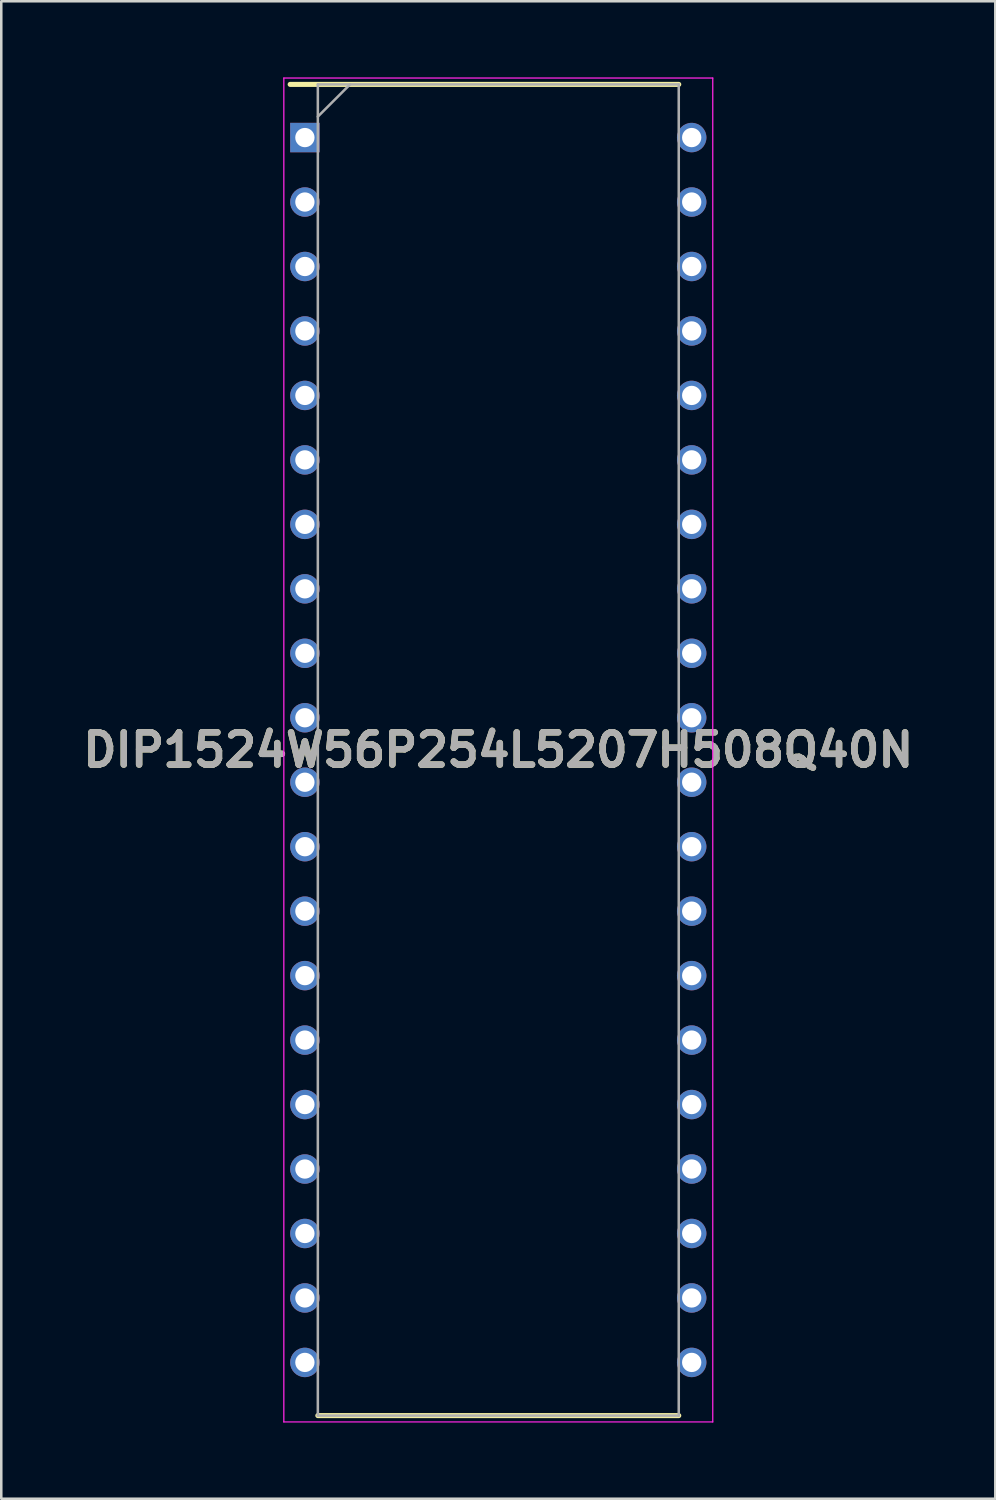
<source format=kicad_pcb>
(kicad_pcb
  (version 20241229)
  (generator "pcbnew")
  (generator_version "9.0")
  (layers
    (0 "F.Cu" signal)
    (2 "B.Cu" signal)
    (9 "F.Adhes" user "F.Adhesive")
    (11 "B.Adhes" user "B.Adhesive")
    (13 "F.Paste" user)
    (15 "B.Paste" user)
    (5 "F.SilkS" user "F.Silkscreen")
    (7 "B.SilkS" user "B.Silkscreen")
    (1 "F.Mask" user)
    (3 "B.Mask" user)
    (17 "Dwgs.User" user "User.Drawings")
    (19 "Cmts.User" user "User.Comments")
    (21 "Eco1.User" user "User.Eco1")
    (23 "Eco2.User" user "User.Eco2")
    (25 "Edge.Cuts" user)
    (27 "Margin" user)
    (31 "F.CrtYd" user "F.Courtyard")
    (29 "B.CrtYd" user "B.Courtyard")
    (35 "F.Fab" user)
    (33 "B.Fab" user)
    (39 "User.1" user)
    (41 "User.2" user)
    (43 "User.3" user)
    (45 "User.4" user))
  (footprint "DIP1524W56P254L5207H508Q40N"
    (layer "F.Cu")
    (at 16.583 26.5)
    (property "Reference" "DIP1524W56P254L5207H508Q40N" (at 0 0 0) (layer "F.SilkS") (effects (font (size 1.27 1.27) (thickness 0.254))))
    (attr through_hole)
    (fp_line (start -8.2 -26.225) (end 7.11 -26.225) (stroke (width 0.2) (type solid)) (layer "F.SilkS"))
    (fp_line (start -7.11 26.225) (end 7.11 26.225) (stroke (width 0.2) (type solid)) (layer "F.SilkS"))
    (fp_line (start -8.45 -26.475) (end 8.45 -26.475) (stroke (width 0.05) (type solid)) (layer "F.CrtYd"))
    (fp_line (start -8.45 26.475) (end -8.45 -26.475) (stroke (width 0.05) (type solid)) (layer "F.CrtYd"))
    (fp_line (start 8.45 -26.475) (end 8.45 26.475) (stroke (width 0.05) (type solid)) (layer "F.CrtYd"))
    (fp_line (start 8.45 26.475) (end -8.45 26.475) (stroke (width 0.05) (type solid)) (layer "F.CrtYd"))
    (fp_line (start -7.11 -26.225) (end 7.11 -26.225) (stroke (width 0.1) (type solid)) (layer "F.Fab"))
    (fp_line (start -7.11 -24.955) (end -5.84 -26.225) (stroke (width 0.1) (type solid)) (layer "F.Fab"))
    (fp_line (start -7.11 26.225) (end -7.11 -26.225) (stroke (width 0.1) (type solid)) (layer "F.Fab"))
    (fp_line (start 7.11 -26.225) (end 7.11 26.225) (stroke (width 0.1) (type solid)) (layer "F.Fab"))
    (fp_line (start 7.11 26.225) (end -7.11 26.225) (stroke (width 0.1) (type solid)) (layer "F.Fab"))
    (fp_text user "${REFERENCE}" (at 0 0 0) (layer "F.Fab") (effects (font (size 1.27 1.27) (thickness 0.254))))
    (pad "1" thru_hole rect (at -7.62 -24.13) (size 1.16 1.16) (drill 0.76) (layers "*.Cu" "*.Mask"))
    (pad "2" thru_hole circle (at -7.62 -21.59) (size 1.16 1.16) (drill 0.76) (layers "*.Cu" "*.Mask"))
    (pad "3" thru_hole circle (at -7.62 -19.05) (size 1.16 1.16) (drill 0.76) (layers "*.Cu" "*.Mask"))
    (pad "4" thru_hole circle (at -7.62 -16.51) (size 1.16 1.16) (drill 0.76) (layers "*.Cu" "*.Mask"))
    (pad "5" thru_hole circle (at -7.62 -13.97) (size 1.16 1.16) (drill 0.76) (layers "*.Cu" "*.Mask"))
    (pad "6" thru_hole circle (at -7.62 -11.43) (size 1.16 1.16) (drill 0.76) (layers "*.Cu" "*.Mask"))
    (pad "7" thru_hole circle (at -7.62 -8.89) (size 1.16 1.16) (drill 0.76) (layers "*.Cu" "*.Mask"))
    (pad "8" thru_hole circle (at -7.62 -6.35) (size 1.16 1.16) (drill 0.76) (layers "*.Cu" "*.Mask"))
    (pad "9" thru_hole circle (at -7.62 -3.81) (size 1.16 1.16) (drill 0.76) (layers "*.Cu" "*.Mask"))
    (pad "10" thru_hole circle (at -7.62 -1.27) (size 1.16 1.16) (drill 0.76) (layers "*.Cu" "*.Mask"))
    (pad "11" thru_hole circle (at -7.62 1.27) (size 1.16 1.16) (drill 0.76) (layers "*.Cu" "*.Mask"))
    (pad "12" thru_hole circle (at -7.62 3.81) (size 1.16 1.16) (drill 0.76) (layers "*.Cu" "*.Mask"))
    (pad "13" thru_hole circle (at -7.62 6.35) (size 1.16 1.16) (drill 0.76) (layers "*.Cu" "*.Mask"))
    (pad "14" thru_hole circle (at -7.62 8.89) (size 1.16 1.16) (drill 0.76) (layers "*.Cu" "*.Mask"))
    (pad "15" thru_hole circle (at -7.62 11.43) (size 1.16 1.16) (drill 0.76) (layers "*.Cu" "*.Mask"))
    (pad "16" thru_hole circle (at -7.62 13.97) (size 1.16 1.16) (drill 0.76) (layers "*.Cu" "*.Mask"))
    (pad "17" thru_hole circle (at -7.62 16.51) (size 1.16 1.16) (drill 0.76) (layers "*.Cu" "*.Mask"))
    (pad "18" thru_hole circle (at -7.62 19.05) (size 1.16 1.16) (drill 0.76) (layers "*.Cu" "*.Mask"))
    (pad "19" thru_hole circle (at -7.62 21.59) (size 1.16 1.16) (drill 0.76) (layers "*.Cu" "*.Mask"))
    (pad "20" thru_hole circle (at -7.62 24.13) (size 1.16 1.16) (drill 0.76) (layers "*.Cu" "*.Mask"))
    (pad "21" thru_hole circle (at 7.62 24.13) (size 1.16 1.16) (drill 0.76) (layers "*.Cu" "*.Mask"))
    (pad "22" thru_hole circle (at 7.62 21.59) (size 1.16 1.16) (drill 0.76) (layers "*.Cu" "*.Mask"))
    (pad "23" thru_hole circle (at 7.62 19.05) (size 1.16 1.16) (drill 0.76) (layers "*.Cu" "*.Mask"))
    (pad "24" thru_hole circle (at 7.62 16.51) (size 1.16 1.16) (drill 0.76) (layers "*.Cu" "*.Mask"))
    (pad "25" thru_hole circle (at 7.62 13.97) (size 1.16 1.16) (drill 0.76) (layers "*.Cu" "*.Mask"))
    (pad "26" thru_hole circle (at 7.62 11.43) (size 1.16 1.16) (drill 0.76) (layers "*.Cu" "*.Mask"))
    (pad "27" thru_hole circle (at 7.62 8.89) (size 1.16 1.16) (drill 0.76) (layers "*.Cu" "*.Mask"))
    (pad "28" thru_hole circle (at 7.62 6.35) (size 1.16 1.16) (drill 0.76) (layers "*.Cu" "*.Mask"))
    (pad "29" thru_hole circle (at 7.62 3.81) (size 1.16 1.16) (drill 0.76) (layers "*.Cu" "*.Mask"))
    (pad "30" thru_hole circle (at 7.62 1.27) (size 1.16 1.16) (drill 0.76) (layers "*.Cu" "*.Mask"))
    (pad "31" thru_hole circle (at 7.62 -1.27) (size 1.16 1.16) (drill 0.76) (layers "*.Cu" "*.Mask"))
    (pad "32" thru_hole circle (at 7.62 -3.81) (size 1.16 1.16) (drill 0.76) (layers "*.Cu" "*.Mask"))
    (pad "33" thru_hole circle (at 7.62 -6.35) (size 1.16 1.16) (drill 0.76) (layers "*.Cu" "*.Mask"))
    (pad "34" thru_hole circle (at 7.62 -8.89) (size 1.16 1.16) (drill 0.76) (layers "*.Cu" "*.Mask"))
    (pad "35" thru_hole circle (at 7.62 -11.43) (size 1.16 1.16) (drill 0.76) (layers "*.Cu" "*.Mask"))
    (pad "36" thru_hole circle (at 7.62 -13.97) (size 1.16 1.16) (drill 0.76) (layers "*.Cu" "*.Mask"))
    (pad "37" thru_hole circle (at 7.62 -16.51) (size 1.16 1.16) (drill 0.76) (layers "*.Cu" "*.Mask"))
    (pad "38" thru_hole circle (at 7.62 -19.05) (size 1.16 1.16) (drill 0.76) (layers "*.Cu" "*.Mask"))
    (pad "39" thru_hole circle (at 7.62 -21.59) (size 1.16 1.16) (drill 0.76) (layers "*.Cu" "*.Mask"))
    (pad "40" thru_hole circle (at 7.62 -24.13) (size 1.16 1.16) (drill 0.76) (layers "*.Cu" "*.Mask")))
  (gr_rect
    (start -3 -3)
    (end 36.165 56)
    (stroke (width 0.1) (type default))
    (fill no)
    (layer "Edge.Cuts")))
</source>
